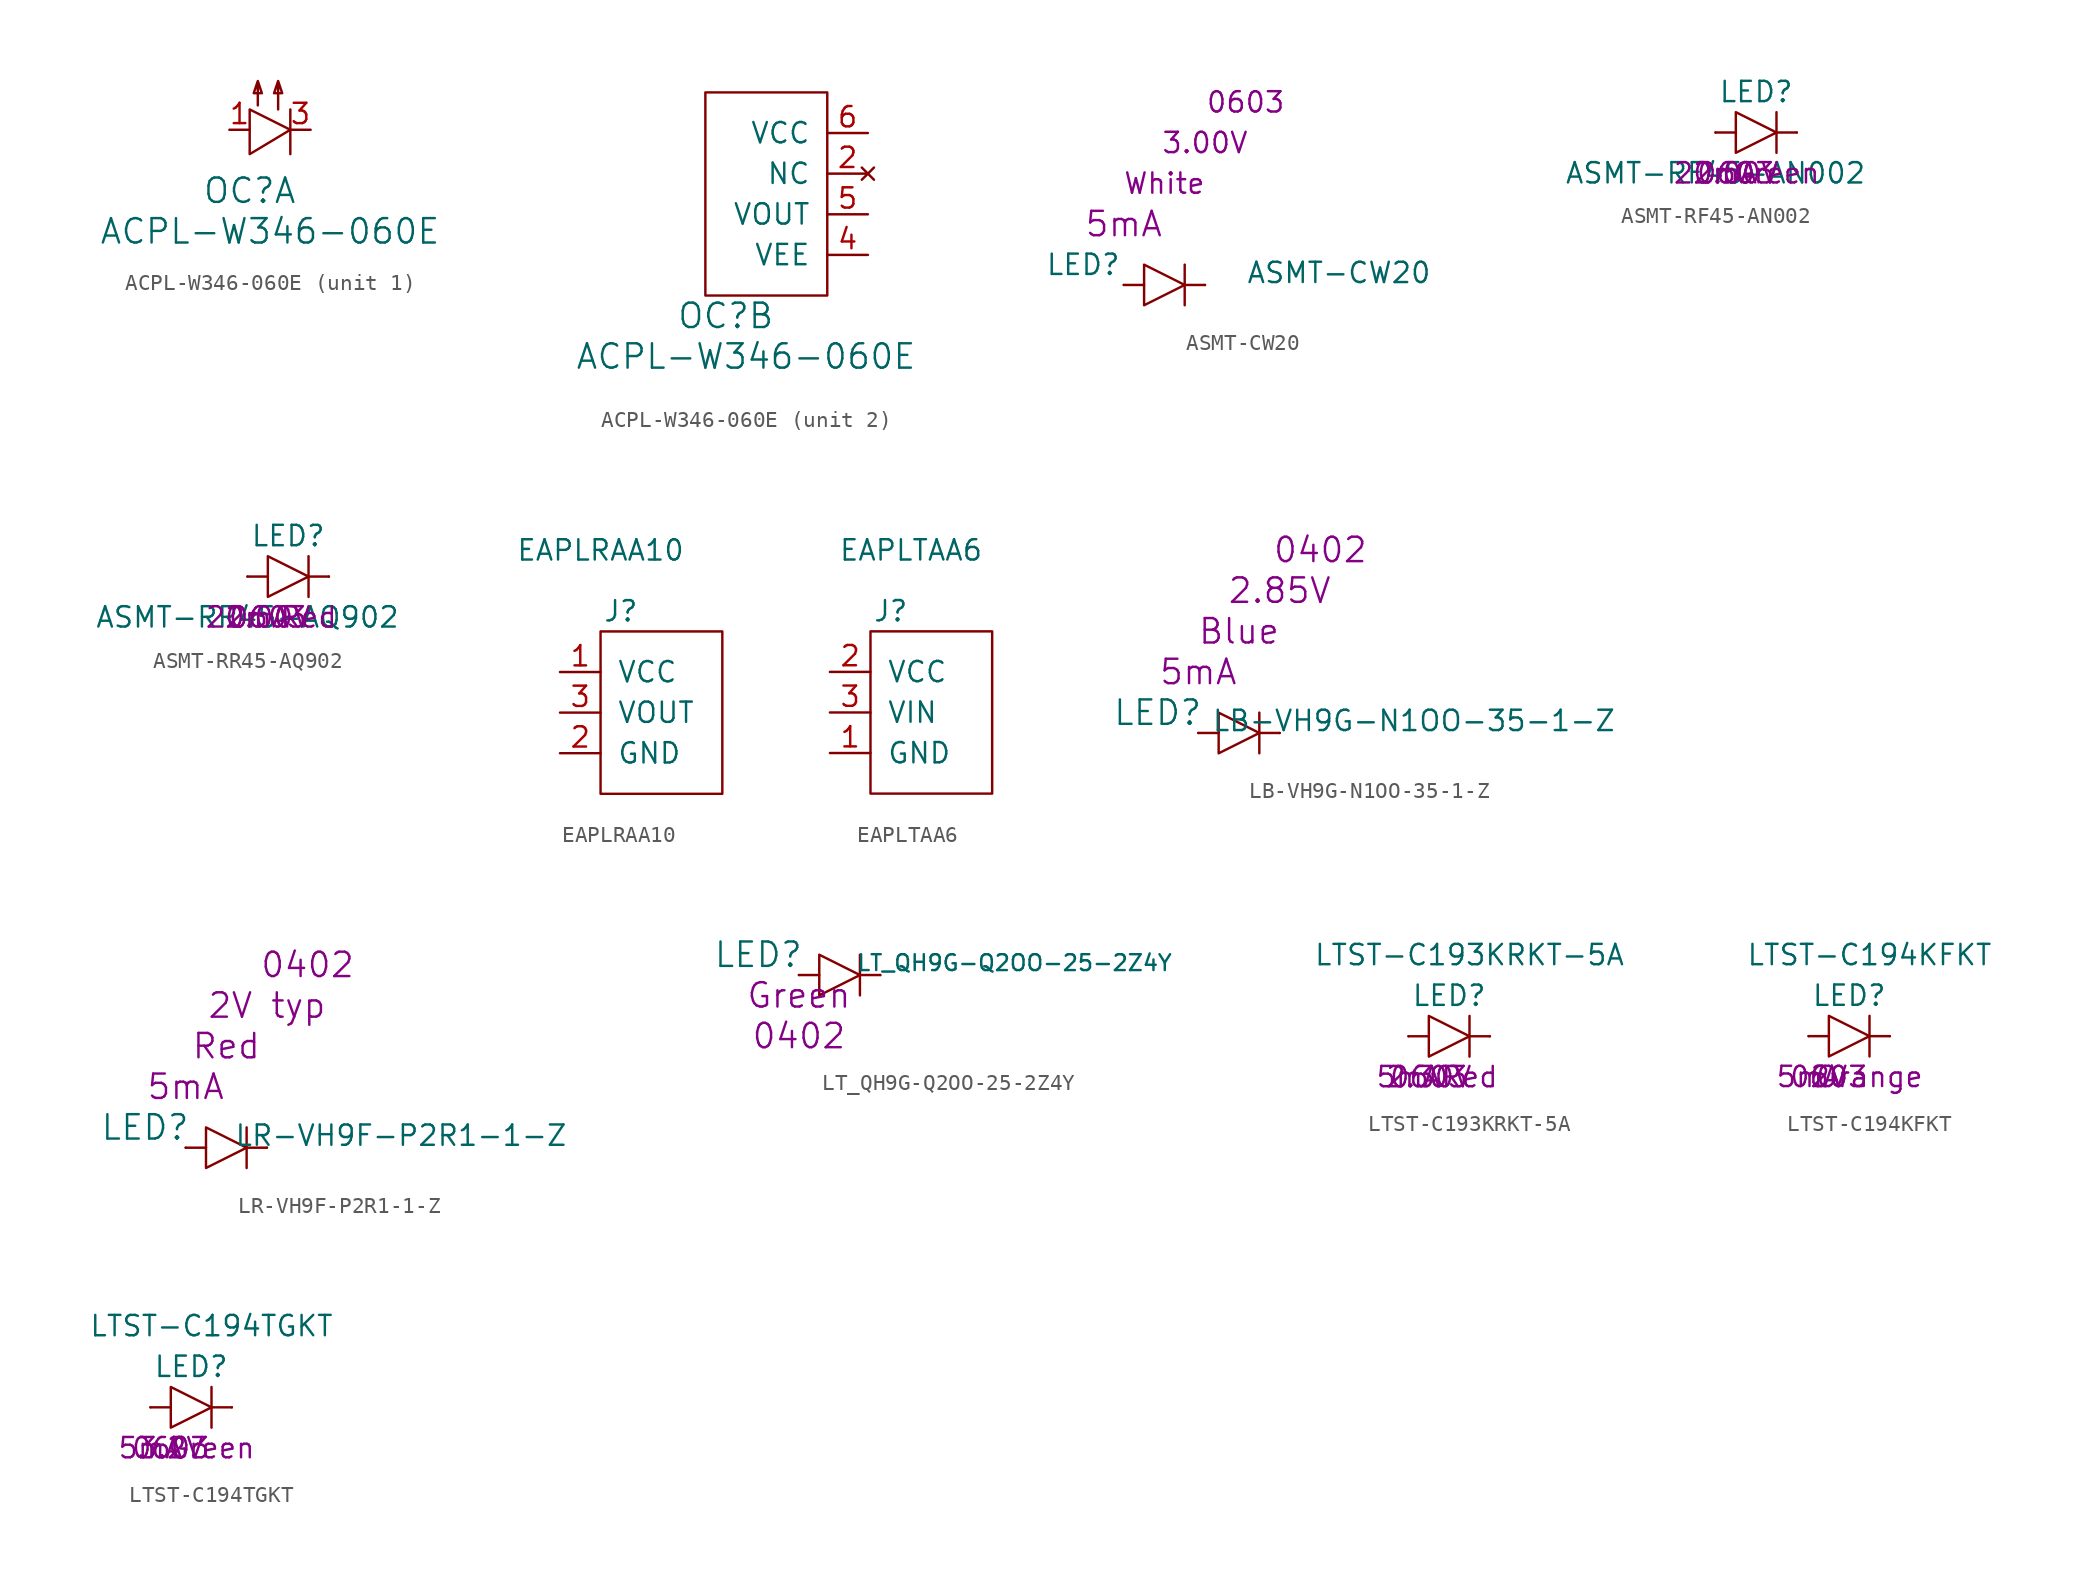
<source format=kicad_sym>
(kicad_symbol_lib
  (version 20220914)
  (generator kicad_symbol_editor)
  (symbol "ACPL-W346-060E"
    (pin_names
      (offset 1.016))
    (property "Reference" "OC"
      (at 1.27 -1.27 0)
      (effects (font (size 1.524 1.524))))
    (property "Value" "ACPL-W346-060E"
      (at 2.54 -3.81 0)
      (effects (font (size 1.524 1.524))))
    (property "ki_locked" ""
      (at 0 0 0)
      (effects (font (size 1.27 1.27))))
    (symbol "ACPL-W346-060E_1_1"
      (polyline (pts (xy 3.81 3.81) (xy 3.81 1.016)) (stroke (width 0) (type solid)) (fill (type none)))
      (polyline (pts (xy 1.27 3.81) (xy 1.27 1.016) (xy 3.81 2.54) (xy 1.27 3.81)) (stroke (width 0) (type solid)) (fill (type none)))
      (polyline (pts (xy 1.778 4.064) (xy 1.778 5.588) (xy 2.032 4.826) (xy 1.524 4.826) (xy 1.778 5.588)) (stroke (width 0) (type solid)) (fill (type none)))
      (polyline (pts (xy 3.048 3.81) (xy 3.048 5.588) (xy 3.302 4.826) (xy 2.794 4.826) (xy 3.048 5.588)) (stroke (width 0) (type solid)) (fill (type none)))
      (pin passive line (at 0 2.54 0) (length 1.27) (name "~" (effects (font (size 1.27 1.27)))) (number "1" (effects (font (size 1.27 1.27)))))
      (pin passive line (at 5.08 2.54 180) (length 1.27) (name "~" (effects (font (size 1.27 1.27)))) (number "3" (effects (font (size 1.27 1.27))))))
    (symbol "ACPL-W346-060E_2_1"
      (rectangle (start 0 0) (end 7.62 12.7) (stroke (width 0) (type solid)) (fill (type none)))
      (pin no_connect line (at 10.16 7.62 180) (length 2.54) (name "NC" (effects (font (size 1.27 1.27)))) (number "2" (effects (font (size 1.27 1.27)))))
      (pin power_in line (at 10.16 2.54 180) (length 2.54) (name "VEE" (effects (font (size 1.27 1.27)))) (number "4" (effects (font (size 1.27 1.27)))))
      (pin output line (at 10.16 5.08 180) (length 2.54) (name "VOUT" (effects (font (size 1.27 1.27)))) (number "5" (effects (font (size 1.27 1.27)))))
      (pin power_in line (at 10.16 10.16 180) (length 2.54) (name "VCC" (effects (font (size 1.27 1.27)))) (number "6" (effects (font (size 1.27 1.27)))))))
  (symbol "ASMT-CW20"
    (pin_numbers hide)
    (pin_names
      (offset 1.016) hide)
    (property "Reference" "LED"
      (at -5.08 1.27 0)
      (effects (font (size 1.27 1.27))))
    (property "Value" "ASMT-CW20"
      (at 10.922 0.762 0)
      (effects (font (size 1.27 1.27))))
    (property "If" "5mA"
      (at -2.54 3.81 0)
      (effects (font (size 1.524 1.524))))
    (property "Color" "White"
      (at 0 6.35 0)
      (effects (font (size 1.27 1.27))))
    (property "Vf" "3.00V"
      (at 2.54 8.89 0)
      (effects (font (size 1.27 1.27))))
    (property "Size" "0603"
      (at 5.08 11.43 0)
      (effects (font (size 1.27 1.27))))
    (symbol "ASMT-CW20_0_1"
      (polyline (pts (xy -2.54 0) (xy -1.27 0)) (stroke (width 0) (type solid)) (fill (type none)))
      (polyline (pts (xy 1.27 0) (xy 2.54 0)) (stroke (width 0) (type solid)) (fill (type none)))
      (polyline (pts (xy 1.27 1.27) (xy 1.27 -1.27)) (stroke (width 0) (type solid)) (fill (type none)))
      (polyline (pts (xy -1.27 0) (xy -1.27 1.27) (xy 1.27 0) (xy -1.27 -1.27) (xy -1.27 0)) (stroke (width 0) (type solid)) (fill (type none))))
    (symbol "ASMT-CW20_1_1"
      (pin input line (at -2.54 0 0) (length 0) (name "A" (effects (font (size 1.27 1.27)))) (number "A" (effects (font (size 1.27 1.27)))))
      (pin input line (at 2.54 0 180) (length 0) (name "C" (effects (font (size 1.27 1.27)))) (number "C" (effects (font (size 1.27 1.27)))))))
  (symbol "ASMT-RF45-AN002"
    (pin_numbers hide)
    (pin_names
      (offset 1.016) hide)
    (property "Reference" "LED"
      (at 0 2.54 0)
      (effects (font (size 1.27 1.27))))
    (property "Value" "ASMT-RF45-AN002"
      (at -2.54 -2.54 0)
      (effects (font (size 1.27 1.27))))
    (property "If" "20mA"
      (at -2.54 -2.54 0)
      (effects (font (size 1.27 1.27))))
    (property "Color" "Green"
      (at 1.27 -2.54 0)
      (effects (font (size 1.27 1.27))))
    (property "Vf" "2.00V"
      (at -1.27 -2.54 0)
      (effects (font (size 1.27 1.27))))
    (property "Size" "0603"
      (at -1.27 -2.54 0)
      (effects (font (size 1.27 1.27))))
    (symbol "ASMT-RF45-AN002_0_1"
      (polyline (pts (xy -2.54 0) (xy -1.27 0)) (stroke (width 0) (type solid)) (fill (type none)))
      (polyline (pts (xy 1.27 0) (xy 2.54 0)) (stroke (width 0) (type solid)) (fill (type none)))
      (polyline (pts (xy 1.27 1.27) (xy 1.27 -1.27)) (stroke (width 0) (type solid)) (fill (type none)))
      (polyline (pts (xy -1.27 0) (xy -1.27 1.27) (xy 1.27 0) (xy -1.27 -1.27) (xy -1.27 0)) (stroke (width 0) (type solid)) (fill (type none))))
    (symbol "ASMT-RF45-AN002_1_1"
      (pin passive line (at -2.54 0 0) (length 0) (name "A" (effects (font (size 1.27 1.27)))) (number "A" (effects (font (size 1.27 1.27)))))
      (pin passive line (at 2.54 0 180) (length 0) (name "C" (effects (font (size 1.27 1.27)))) (number "C" (effects (font (size 1.27 1.27)))))))
  (symbol "ASMT-RR45-AQ902"
    (pin_numbers hide)
    (pin_names
      (offset 1.016) hide)
    (property "Reference" "LED"
      (at 0 2.54 0)
      (effects (font (size 1.27 1.27))))
    (property "Value" "ASMT-RR45-AQ902"
      (at -2.54 -2.54 0)
      (effects (font (size 1.27 1.27))))
    (property "If" "20mA"
      (at -2.54 -2.54 0)
      (effects (font (size 1.27 1.27))))
    (property "Color" "Red"
      (at 1.27 -2.54 0)
      (effects (font (size 1.27 1.27))))
    (property "Vf" "2.00V"
      (at -1.27 -2.54 0)
      (effects (font (size 1.27 1.27))))
    (property "Size" "0603"
      (at -1.27 -2.54 0)
      (effects (font (size 1.27 1.27))))
    (symbol "ASMT-RR45-AQ902_0_1"
      (polyline (pts (xy -2.54 0) (xy -1.27 0)) (stroke (width 0) (type solid)) (fill (type none)))
      (polyline (pts (xy 1.27 0) (xy 2.54 0)) (stroke (width 0) (type solid)) (fill (type none)))
      (polyline (pts (xy 1.27 1.27) (xy 1.27 -1.27)) (stroke (width 0) (type solid)) (fill (type none)))
      (polyline (pts (xy -1.27 0) (xy -1.27 1.27) (xy 1.27 0) (xy -1.27 -1.27) (xy -1.27 0)) (stroke (width 0) (type solid)) (fill (type none))))
    (symbol "ASMT-RR45-AQ902_1_1"
      (pin passive line (at -2.54 0 0) (length 0) (name "A" (effects (font (size 1.27 1.27)))) (number "A" (effects (font (size 1.27 1.27)))))
      (pin passive line (at 2.54 0 180) (length 0) (name "C" (effects (font (size 1.27 1.27)))) (number "C" (effects (font (size 1.27 1.27)))))))
  (symbol "EAPLRAA10"
    (pin_names
      (offset 1.016))
    (property "Reference" "J"
      (at 1.27 11.43 0)
      (effects (font (size 1.27 1.27))))
    (property "Value" "EAPLRAA10"
      (at 0 15.24 0)
      (effects (font (size 1.27 1.27))))
    (symbol "EAPLRAA10_0_1"
      (rectangle (start 0 0) (end 7.62 10.16) (stroke (width 0) (type solid)) (fill (type none))))
    (symbol "EAPLRAA10_1_1"
      (pin power_in line (at -2.54 7.62 0) (length 2.54) (name "VCC" (effects (font (size 1.27 1.27)))) (number "1" (effects (font (size 1.27 1.27)))))
      (pin power_in line (at -2.54 2.54 0) (length 2.54) (name "GND" (effects (font (size 1.27 1.27)))) (number "2" (effects (font (size 1.27 1.27)))))
      (pin input line (at -2.54 5.08 0) (length 2.54) (name "VOUT" (effects (font (size 1.27 1.27)))) (number "3" (effects (font (size 1.27 1.27)))))))
  (symbol "EAPLTAA6"
    (pin_names
      (offset 1.016))
    (property "Reference" "J"
      (at 1.27 11.43 0)
      (effects (font (size 1.27 1.27))))
    (property "Value" "EAPLTAA6"
      (at 2.54 15.24 0)
      (effects (font (size 1.27 1.27))))
    (symbol "EAPLTAA6_0_1"
      (rectangle (start 0 0) (end 7.62 10.16) (stroke (width 0) (type solid)) (fill (type none))))
    (symbol "EAPLTAA6_1_1"
      (pin power_in line (at -2.54 2.54 0) (length 2.54) (name "GND" (effects (font (size 1.27 1.27)))) (number "1" (effects (font (size 1.27 1.27)))))
      (pin power_in line (at -2.54 7.62 0) (length 2.54) (name "VCC" (effects (font (size 1.27 1.27)))) (number "2" (effects (font (size 1.27 1.27)))))
      (pin input line (at -2.54 5.08 0) (length 2.54) (name "VIN" (effects (font (size 1.27 1.27)))) (number "3" (effects (font (size 1.27 1.27)))))))
  (symbol "LB-VH9G-N1OO-35-1-Z"
    (pin_numbers hide)
    (pin_names
      (offset 1.016) hide)
    (property "Reference" "LED"
      (at -5.08 1.27 0)
      (effects (font (size 1.524 1.524))))
    (property "Value" "LB-VH9G-N1OO-35-1-Z"
      (at 10.922 0.762 0)
      (effects (font (size 1.27 1.27))))
    (property "If" "5mA"
      (at -2.54 3.81 0)
      (effects (font (size 1.524 1.524))))
    (property "Color" "Blue"
      (at 0 6.35 0)
      (effects (font (size 1.524 1.524))))
    (property "Vf" "2.85V"
      (at 2.54 8.89 0)
      (effects (font (size 1.524 1.524))))
    (property "Size" "0402"
      (at 5.08 11.43 0)
      (effects (font (size 1.524 1.524))))
    (symbol "LB-VH9G-N1OO-35-1-Z_0_1"
      (polyline (pts (xy -2.54 0) (xy -1.27 0)) (stroke (width 0) (type solid)) (fill (type none)))
      (polyline (pts (xy 1.27 0) (xy 2.54 0)) (stroke (width 0) (type solid)) (fill (type none)))
      (polyline (pts (xy 1.27 1.27) (xy 1.27 -1.27)) (stroke (width 0) (type solid)) (fill (type none)))
      (polyline (pts (xy -1.27 0) (xy -1.27 1.27) (xy 1.27 0) (xy -1.27 -1.27) (xy -1.27 0)) (stroke (width 0) (type solid)) (fill (type none))))
    (symbol "LB-VH9G-N1OO-35-1-Z_1_1"
      (pin input line (at -2.54 0 0) (length 0) (name "A" (effects (font (size 1.27 1.27)))) (number "A" (effects (font (size 1.27 1.27)))))
      (pin input line (at 2.54 0 180) (length 0) (name "C" (effects (font (size 1.27 1.27)))) (number "C" (effects (font (size 1.27 1.27)))))))
  (symbol "LR-VH9F-P2R1-1-Z"
    (pin_numbers hide)
    (pin_names
      (offset 1.016) hide)
    (property "Reference" "LED"
      (at -5.08 1.27 0)
      (effects (font (size 1.524 1.524))))
    (property "Value" "LR-VH9F-P2R1-1-Z"
      (at 10.922 0.762 0)
      (effects (font (size 1.27 1.27))))
    (property "If" "5mA"
      (at -2.54 3.81 0)
      (effects (font (size 1.524 1.524))))
    (property "Color" "Red"
      (at 0 6.35 0)
      (effects (font (size 1.524 1.524))))
    (property "Vf" "2V typ"
      (at 2.54 8.89 0)
      (effects (font (size 1.524 1.524))))
    (property "Size" "0402"
      (at 5.08 11.43 0)
      (effects (font (size 1.524 1.524))))
    (symbol "LR-VH9F-P2R1-1-Z_0_1"
      (polyline (pts (xy -2.54 0) (xy -1.27 0)) (stroke (width 0) (type solid)) (fill (type none)))
      (polyline (pts (xy 1.27 0) (xy 2.54 0)) (stroke (width 0) (type solid)) (fill (type none)))
      (polyline (pts (xy 1.27 1.27) (xy 1.27 -1.27)) (stroke (width 0) (type solid)) (fill (type none)))
      (polyline (pts (xy -1.27 0) (xy -1.27 1.27) (xy 1.27 0) (xy -1.27 -1.27) (xy -1.27 0)) (stroke (width 0) (type solid)) (fill (type none))))
    (symbol "LR-VH9F-P2R1-1-Z_1_1"
      (pin input line (at -2.54 0 0) (length 0) (name "A" (effects (font (size 1.27 1.27)))) (number "A" (effects (font (size 1.27 1.27)))))
      (pin input line (at 2.54 0 180) (length 0) (name "C" (effects (font (size 1.27 1.27)))) (number "C" (effects (font (size 1.27 1.27)))))))
  (symbol "LT_QH9G-Q2OO-25-2Z4Y"
    (pin_numbers hide)
    (pin_names
      (offset 1.016) hide)
    (property "Reference" "LED"
      (at -5.08 1.27 0)
      (effects (font (size 1.524 1.524))))
    (property "Value" "LT_QH9G-Q2OO-25-2Z4Y"
      (at 10.922 0.762 0)
      (effects (font (size 0.991 0.991))))
    (property "Color" "Green"
      (at -2.54 -1.27 0)
      (effects (font (size 1.524 1.524))))
    (property "Size" "0402"
      (at -2.54 -3.81 0)
      (effects (font (size 1.524 1.524))))
    (symbol "LT_QH9G-Q2OO-25-2Z4Y_0_1"
      (polyline (pts (xy -2.54 0) (xy -1.27 0)) (stroke (width 0) (type solid)) (fill (type none)))
      (polyline (pts (xy 1.27 0) (xy 2.54 0)) (stroke (width 0) (type solid)) (fill (type none)))
      (polyline (pts (xy 1.27 1.27) (xy 1.27 -1.27)) (stroke (width 0) (type solid)) (fill (type none)))
      (polyline (pts (xy -1.27 0) (xy -1.27 1.27) (xy 1.27 0) (xy -1.27 -1.27) (xy -1.27 0)) (stroke (width 0) (type solid)) (fill (type none))))
    (symbol "LT_QH9G-Q2OO-25-2Z4Y_1_1"
      (pin input line (at -2.54 0 0) (length 0) (name "A" (effects (font (size 1.27 1.27)))) (number "A" (effects (font (size 1.27 1.27)))))
      (pin input line (at 2.54 0 180) (length 0) (name "C" (effects (font (size 1.27 1.27)))) (number "C" (effects (font (size 1.27 1.27)))))))
  (symbol "LTST-C193KRKT-5A"
    (pin_numbers hide)
    (pin_names
      (offset 1.016) hide)
    (property "Reference" "LED"
      (at 0 2.54 0)
      (effects (font (size 1.27 1.27))))
    (property "Value" "LTST-C193KRKT-5A"
      (at 1.27 5.08 0)
      (effects (font (size 1.27 1.27))))
    (property "If" "5mA"
      (at -2.54 -2.54 0)
      (effects (font (size 1.27 1.27))))
    (property "Color" "Red"
      (at 1.27 -2.54 0)
      (effects (font (size 1.27 1.27))))
    (property "Vf" "2.30V"
      (at -1.27 -2.54 0)
      (effects (font (size 1.27 1.27))))
    (property "Size" "0603"
      (at -1.27 -2.54 0)
      (effects (font (size 1.27 1.27))))
    (symbol "LTST-C193KRKT-5A_0_1"
      (polyline (pts (xy -2.54 0) (xy -1.27 0)) (stroke (width 0) (type solid)) (fill (type none)))
      (polyline (pts (xy 1.27 0) (xy 2.54 0)) (stroke (width 0) (type solid)) (fill (type none)))
      (polyline (pts (xy 1.27 1.27) (xy 1.27 -1.27)) (stroke (width 0) (type solid)) (fill (type none)))
      (polyline (pts (xy -1.27 0) (xy -1.27 1.27) (xy 1.27 0) (xy -1.27 -1.27) (xy -1.27 0)) (stroke (width 0) (type solid)) (fill (type none))))
    (symbol "LTST-C193KRKT-5A_1_1"
      (pin passive line (at -2.54 0 0) (length 0) (name "A" (effects (font (size 1.27 1.27)))) (number "A" (effects (font (size 1.27 1.27)))))
      (pin passive line (at 2.54 0 180) (length 0) (name "C" (effects (font (size 1.27 1.27)))) (number "C" (effects (font (size 1.27 1.27)))))))
  (symbol "LTST-C194KFKT"
    (pin_numbers hide)
    (pin_names
      (offset 1.016) hide)
    (property "Reference" "LED"
      (at 0 2.54 0)
      (effects (font (size 1.27 1.27))))
    (property "Value" "LTST-C194KFKT"
      (at 1.27 5.08 0)
      (effects (font (size 1.27 1.27))))
    (property "If" "5mA"
      (at -2.54 -2.54 0)
      (effects (font (size 1.27 1.27))))
    (property "Color" "Orange"
      (at 1.27 -2.54 0)
      (effects (font (size 1.27 1.27))))
    (property "Vf" "2V"
      (at -1.27 -2.54 0)
      (effects (font (size 1.27 1.27))))
    (property "Size" "0603"
      (at -1.27 -2.54 0)
      (effects (font (size 1.27 1.27))))
    (symbol "LTST-C194KFKT_0_1"
      (polyline (pts (xy -2.54 0) (xy -1.27 0)) (stroke (width 0) (type solid)) (fill (type none)))
      (polyline (pts (xy 1.27 0) (xy 2.54 0)) (stroke (width 0) (type solid)) (fill (type none)))
      (polyline (pts (xy 1.27 1.27) (xy 1.27 -1.27)) (stroke (width 0) (type solid)) (fill (type none)))
      (polyline (pts (xy -1.27 0) (xy -1.27 1.27) (xy 1.27 0) (xy -1.27 -1.27) (xy -1.27 0)) (stroke (width 0) (type solid)) (fill (type none))))
    (symbol "LTST-C194KFKT_1_1"
      (pin passive line (at -2.54 0 0) (length 0) (name "A" (effects (font (size 1.27 1.27)))) (number "A" (effects (font (size 1.27 1.27)))))
      (pin passive line (at 2.54 0 180) (length 0) (name "C" (effects (font (size 1.27 1.27)))) (number "C" (effects (font (size 1.27 1.27)))))))
  (symbol "LTST-C194TGKT"
    (pin_numbers hide)
    (pin_names
      (offset 1.016) hide)
    (property "Reference" "LED"
      (at 0 2.54 0)
      (effects (font (size 1.27 1.27))))
    (property "Value" "LTST-C194TGKT"
      (at 1.27 5.08 0)
      (effects (font (size 1.27 1.27))))
    (property "If" "5mA"
      (at -2.54 -2.54 0)
      (effects (font (size 1.27 1.27))))
    (property "Color" "Green"
      (at 1.27 -2.54 0)
      (effects (font (size 1.27 1.27))))
    (property "Vf" "3.2V"
      (at -1.27 -2.54 0)
      (effects (font (size 1.27 1.27))))
    (property "Size" "0603"
      (at -1.27 -2.54 0)
      (effects (font (size 1.27 1.27))))
    (symbol "LTST-C194TGKT_0_1"
      (polyline (pts (xy -2.54 0) (xy -1.27 0)) (stroke (width 0) (type solid)) (fill (type none)))
      (polyline (pts (xy 1.27 0) (xy 2.54 0)) (stroke (width 0) (type solid)) (fill (type none)))
      (polyline (pts (xy 1.27 1.27) (xy 1.27 -1.27)) (stroke (width 0) (type solid)) (fill (type none)))
      (polyline (pts (xy -1.27 0) (xy -1.27 1.27) (xy 1.27 0) (xy -1.27 -1.27) (xy -1.27 0)) (stroke (width 0) (type solid)) (fill (type none))))
    (symbol "LTST-C194TGKT_1_1"
      (pin passive line (at -2.54 0 0) (length 0) (name "A" (effects (font (size 1.27 1.27)))) (number "A" (effects (font (size 1.27 1.27)))))
      (pin passive line (at 2.54 0 180) (length 0) (name "C" (effects (font (size 1.27 1.27)))) (number "C" (effects (font (size 1.27 1.27))))))))
</source>
